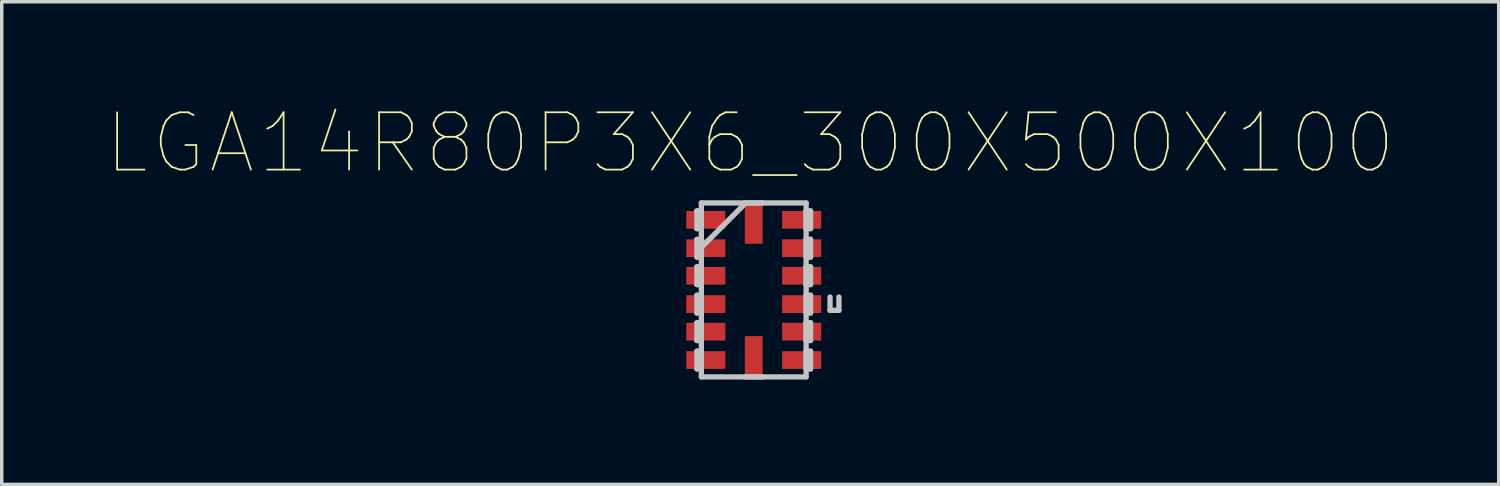
<source format=kicad_pcb>
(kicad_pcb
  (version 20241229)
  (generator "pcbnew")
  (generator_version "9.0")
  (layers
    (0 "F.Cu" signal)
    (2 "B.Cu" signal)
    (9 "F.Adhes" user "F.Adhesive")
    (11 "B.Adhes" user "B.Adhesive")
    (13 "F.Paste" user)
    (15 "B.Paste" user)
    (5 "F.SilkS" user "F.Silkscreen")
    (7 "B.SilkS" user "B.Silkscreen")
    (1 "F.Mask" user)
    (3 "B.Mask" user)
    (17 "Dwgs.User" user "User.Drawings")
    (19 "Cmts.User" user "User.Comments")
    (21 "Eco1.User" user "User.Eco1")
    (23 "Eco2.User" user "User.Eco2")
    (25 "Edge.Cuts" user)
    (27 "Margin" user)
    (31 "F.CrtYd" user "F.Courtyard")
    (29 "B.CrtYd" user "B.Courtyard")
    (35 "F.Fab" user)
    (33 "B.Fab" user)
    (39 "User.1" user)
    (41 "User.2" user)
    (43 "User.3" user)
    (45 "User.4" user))
  (footprint "LGA14R80P3X6_300X500X100"
    (layer "F.Cu")
    (at 18.52 5.247)
    (property "Reference" "LGA14R80P3X6_300X500X100" (at -0.1 -4.2 0) (layer "F.SilkS") (effects (font (size 1.64 1.64) (thickness 0.05))))
    (attr smd)
    (fp_line (start -1.626 -2.261) (end -1.626 -1.753) (stroke (width 0.152) (type solid)) (layer "Dwgs.User"))
    (fp_line (start -1.626 -1.753) (end -1.499 -1.753) (stroke (width 0.152) (type solid)) (layer "Dwgs.User"))
    (fp_line (start -1.626 -1.448) (end -1.626 -0.94) (stroke (width 0.152) (type solid)) (layer "Dwgs.User"))
    (fp_line (start -1.626 -0.94) (end -1.499 -0.94) (stroke (width 0.152) (type solid)) (layer "Dwgs.User"))
    (fp_line (start -1.626 -0.66) (end -1.626 -0.152) (stroke (width 0.152) (type solid)) (layer "Dwgs.User"))
    (fp_line (start -1.626 -0.152) (end -1.499 -0.152) (stroke (width 0.152) (type solid)) (layer "Dwgs.User"))
    (fp_line (start -1.626 0.152) (end -1.626 0.66) (stroke (width 0.152) (type solid)) (layer "Dwgs.User"))
    (fp_line (start -1.626 0.66) (end -1.499 0.66) (stroke (width 0.152) (type solid)) (layer "Dwgs.User"))
    (fp_line (start -1.626 0.94) (end -1.626 1.448) (stroke (width 0.152) (type solid)) (layer "Dwgs.User"))
    (fp_line (start -1.626 1.448) (end -1.499 1.448) (stroke (width 0.152) (type solid)) (layer "Dwgs.User"))
    (fp_line (start -1.626 1.753) (end -1.626 2.261) (stroke (width 0.152) (type solid)) (layer "Dwgs.User"))
    (fp_line (start -1.626 2.261) (end -1.499 2.261) (stroke (width 0.152) (type solid)) (layer "Dwgs.User"))
    (fp_line (start -1.499 -2.489) (end -1.499 2.489) (stroke (width 0.152) (type solid)) (layer "Dwgs.User"))
    (fp_line (start -1.499 -2.261) (end -1.626 -2.261) (stroke (width 0.152) (type solid)) (layer "Dwgs.User"))
    (fp_line (start -1.499 -1.753) (end -1.499 -2.261) (stroke (width 0.152) (type solid)) (layer "Dwgs.User"))
    (fp_line (start -1.499 -1.448) (end -1.626 -1.448) (stroke (width 0.152) (type solid)) (layer "Dwgs.User"))
    (fp_line (start -1.499 -1.219) (end -0.229 -2.489) (stroke (width 0.152) (type solid)) (layer "Dwgs.User"))
    (fp_line (start -1.499 -0.94) (end -1.499 -1.448) (stroke (width 0.152) (type solid)) (layer "Dwgs.User"))
    (fp_line (start -1.499 -0.66) (end -1.626 -0.66) (stroke (width 0.152) (type solid)) (layer "Dwgs.User"))
    (fp_line (start -1.499 -0.152) (end -1.499 -0.66) (stroke (width 0.152) (type solid)) (layer "Dwgs.User"))
    (fp_line (start -1.499 0.152) (end -1.626 0.152) (stroke (width 0.152) (type solid)) (layer "Dwgs.User"))
    (fp_line (start -1.499 0.66) (end -1.499 0.152) (stroke (width 0.152) (type solid)) (layer "Dwgs.User"))
    (fp_line (start -1.499 0.94) (end -1.626 0.94) (stroke (width 0.152) (type solid)) (layer "Dwgs.User"))
    (fp_line (start -1.499 1.448) (end -1.499 0.94) (stroke (width 0.152) (type solid)) (layer "Dwgs.User"))
    (fp_line (start -1.499 1.753) (end -1.626 1.753) (stroke (width 0.152) (type solid)) (layer "Dwgs.User"))
    (fp_line (start -1.499 2.261) (end -1.499 1.753) (stroke (width 0.152) (type solid)) (layer "Dwgs.User"))
    (fp_line (start -1.499 2.489) (end 1.499 2.489) (stroke (width 0.152) (type solid)) (layer "Dwgs.User"))
    (fp_line (start -0.254 2.489) (end 0.254 2.489) (stroke (width 0.152) (type solid)) (layer "Dwgs.User"))
    (fp_line (start 0.254 -2.489) (end -0.254 -2.489) (stroke (width 0.152) (type solid)) (layer "Dwgs.User"))
    (fp_line (start 1.499 -2.489) (end -1.499 -2.489) (stroke (width 0.152) (type solid)) (layer "Dwgs.User"))
    (fp_line (start 1.499 -2.261) (end 1.499 -1.753) (stroke (width 0.152) (type solid)) (layer "Dwgs.User"))
    (fp_line (start 1.499 -1.753) (end 1.626 -1.753) (stroke (width 0.152) (type solid)) (layer "Dwgs.User"))
    (fp_line (start 1.499 -1.448) (end 1.499 -0.94) (stroke (width 0.152) (type solid)) (layer "Dwgs.User"))
    (fp_line (start 1.499 -0.94) (end 1.626 -0.94) (stroke (width 0.152) (type solid)) (layer "Dwgs.User"))
    (fp_line (start 1.499 -0.66) (end 1.499 -0.152) (stroke (width 0.152) (type solid)) (layer "Dwgs.User"))
    (fp_line (start 1.499 -0.152) (end 1.626 -0.152) (stroke (width 0.152) (type solid)) (layer "Dwgs.User"))
    (fp_line (start 1.499 0.152) (end 1.499 0.66) (stroke (width 0.152) (type solid)) (layer "Dwgs.User"))
    (fp_line (start 1.499 0.66) (end 1.626 0.66) (stroke (width 0.152) (type solid)) (layer "Dwgs.User"))
    (fp_line (start 1.499 0.94) (end 1.499 1.448) (stroke (width 0.152) (type solid)) (layer "Dwgs.User"))
    (fp_line (start 1.499 1.448) (end 1.626 1.448) (stroke (width 0.152) (type solid)) (layer "Dwgs.User"))
    (fp_line (start 1.499 1.753) (end 1.499 2.261) (stroke (width 0.152) (type solid)) (layer "Dwgs.User"))
    (fp_line (start 1.499 2.261) (end 1.626 2.261) (stroke (width 0.152) (type solid)) (layer "Dwgs.User"))
    (fp_line (start 1.499 2.489) (end 1.499 -2.489) (stroke (width 0.152) (type solid)) (layer "Dwgs.User"))
    (fp_line (start 1.626 -2.261) (end 1.499 -2.261) (stroke (width 0.152) (type solid)) (layer "Dwgs.User"))
    (fp_line (start 1.626 -1.753) (end 1.626 -2.261) (stroke (width 0.152) (type solid)) (layer "Dwgs.User"))
    (fp_line (start 1.626 -1.448) (end 1.499 -1.448) (stroke (width 0.152) (type solid)) (layer "Dwgs.User"))
    (fp_line (start 1.626 -0.94) (end 1.626 -1.448) (stroke (width 0.152) (type solid)) (layer "Dwgs.User"))
    (fp_line (start 1.626 -0.66) (end 1.499 -0.66) (stroke (width 0.152) (type solid)) (layer "Dwgs.User"))
    (fp_line (start 1.626 -0.152) (end 1.626 -0.66) (stroke (width 0.152) (type solid)) (layer "Dwgs.User"))
    (fp_line (start 1.626 0.152) (end 1.499 0.152) (stroke (width 0.152) (type solid)) (layer "Dwgs.User"))
    (fp_line (start 1.626 0.66) (end 1.626 0.152) (stroke (width 0.152) (type solid)) (layer "Dwgs.User"))
    (fp_line (start 1.626 0.94) (end 1.499 0.94) (stroke (width 0.152) (type solid)) (layer "Dwgs.User"))
    (fp_line (start 1.626 1.448) (end 1.626 0.94) (stroke (width 0.152) (type solid)) (layer "Dwgs.User"))
    (fp_line (start 1.626 1.753) (end 1.499 1.753) (stroke (width 0.152) (type solid)) (layer "Dwgs.User"))
    (fp_line (start 1.626 2.261) (end 1.626 1.753) (stroke (width 0.152) (type solid)) (layer "Dwgs.User"))
    (fp_line (start 2.184 0.584) (end 2.184 0.203) (stroke (width 0.152) (type solid)) (layer "Dwgs.User"))
    (fp_line (start 2.438 0.203) (end 2.438 0.584) (stroke (width 0.152) (type solid)) (layer "Dwgs.User"))
    (fp_line (start 2.438 0.584) (end 2.184 0.584) (stroke (width 0.152) (type solid)) (layer "Dwgs.User"))
    (pad "1" smd rect (at -1.372 -2.007 270) (size 0.508 1.118) (layers "F.Cu" "F.Mask" "F.Paste"))
    (pad "2" smd rect (at -1.372 -1.194 270) (size 0.508 1.118) (layers "F.Cu" "F.Mask" "F.Paste"))
    (pad "3" smd rect (at -1.372 -0.406 270) (size 0.508 1.118) (layers "F.Cu" "F.Mask" "F.Paste"))
    (pad "4" smd rect (at -1.372 0.406 270) (size 0.508 1.118) (layers "F.Cu" "F.Mask" "F.Paste"))
    (pad "5" smd rect (at -1.372 1.194 270) (size 0.508 1.118) (layers "F.Cu" "F.Mask" "F.Paste"))
    (pad "6" smd rect (at -1.372 2.007 270) (size 0.508 1.118) (layers "F.Cu" "F.Mask" "F.Paste"))
    (pad "7" smd rect (at 0 1.88 180) (size 0.508 1.118) (layers "F.Cu" "F.Mask" "F.Paste"))
    (pad "8" smd rect (at 1.372 2.007 270) (size 0.508 1.118) (layers "F.Cu" "F.Mask" "F.Paste"))
    (pad "9" smd rect (at 1.372 1.194 270) (size 0.508 1.118) (layers "F.Cu" "F.Mask" "F.Paste"))
    (pad "10" smd rect (at 1.372 0.406 270) (size 0.508 1.118) (layers "F.Cu" "F.Mask" "F.Paste"))
    (pad "11" smd rect (at 1.372 -0.406 270) (size 0.508 1.118) (layers "F.Cu" "F.Mask" "F.Paste"))
    (pad "12" smd rect (at 1.372 -1.194 270) (size 0.508 1.118) (layers "F.Cu" "F.Mask" "F.Paste"))
    (pad "13" smd rect (at 1.372 -2.007 270) (size 0.508 1.118) (layers "F.Cu" "F.Mask" "F.Paste"))
    (pad "14" smd rect (at 0 -1.88 180) (size 0.508 1.118) (layers "F.Cu" "F.Mask" "F.Paste")))
  (gr_rect
    (start -3 -3)
    (end 39.839 10.813)
    (stroke (width 0.1) (type default))
    (fill no)
    (layer "Edge.Cuts")))
</source>
